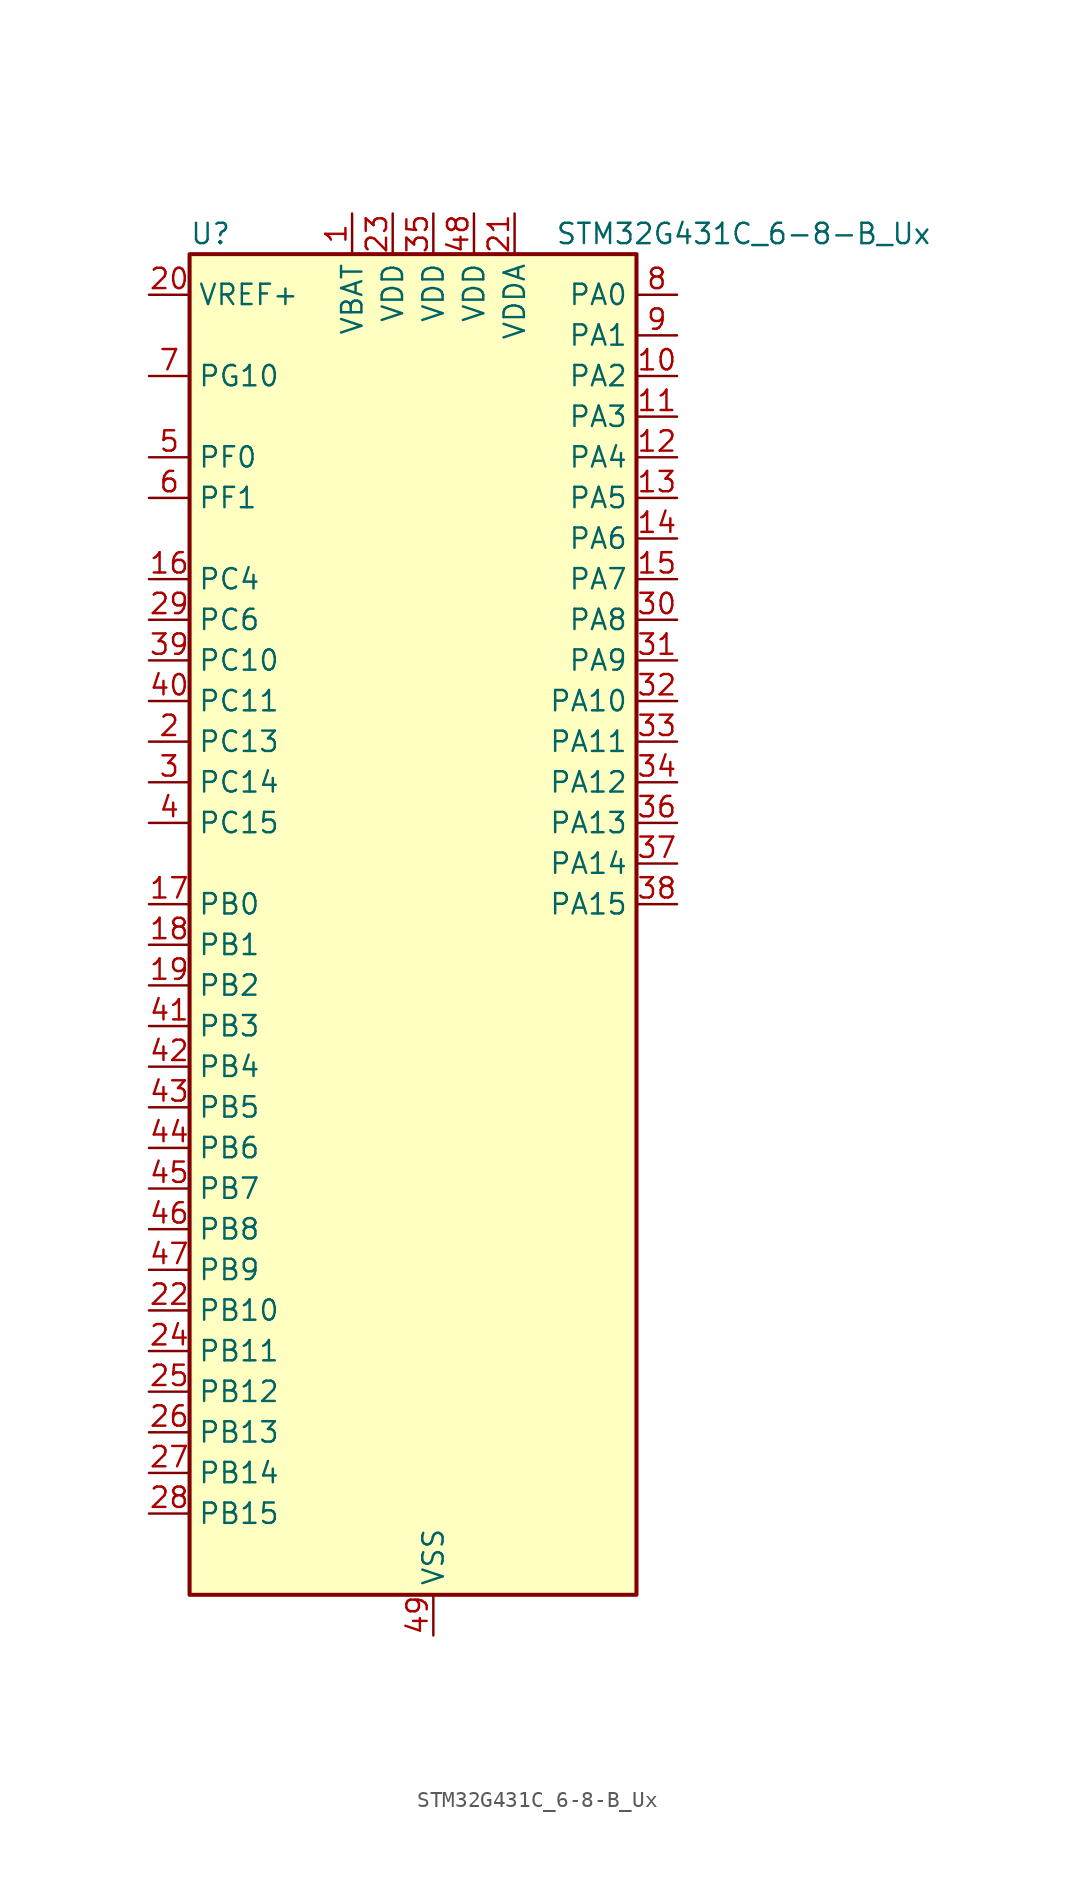
<source format=kicad_sym>
(kicad_symbol_lib
  (version 20220914)
  (generator kicad_symbol_editor)
  (symbol "STM32G431C_6-8-B_Ux"
    (property "Reference" "U"
      (at -12.7 44.45 0)
      (effects (font (size 1.27 1.27)) (justify left)))
    (property "Value" "STM32G431C_6-8-B_Ux"
      (at 10.16 44.45 0)
      (effects (font (size 1.27 1.27)) (justify left)))
    (property "ki_locked" ""
      (at 0 0 0)
      (effects (font (size 1.27 1.27))))
    (symbol "STM32G431C_6-8-B_Ux_0_1"
      (rectangle (start -12.7 -40.64) (end 15.24 43.18) (stroke (width 0.254) (type default)) (fill (type background))))
    (symbol "STM32G431C_6-8-B_Ux_1_1"
      (pin power_in line (at -2.54 45.72 270) (length 2.54) (name "VBAT" (effects (font (size 1.27 1.27)))) (number "1" (effects (font (size 1.27 1.27)))))
      (pin bidirectional line (at 17.78 35.56 180) (length 2.54) (name "PA2" (effects (font (size 1.27 1.27)))) (number "10" (effects (font (size 1.27 1.27)))) (alternate "ADC1_IN3" bidirectional line) (alternate "COMP2_INM" bidirectional line) (alternate "COMP2_OUT" bidirectional line) (alternate "LPUART1_TX" bidirectional line) (alternate "OPAMP1_VOUT" bidirectional line) (alternate "RCC_LSCO" bidirectional line) (alternate "SYS_WKUP4" bidirectional line) (alternate "TIM15_CH1" bidirectional line) (alternate "TIM2_CH3" bidirectional line) (alternate "UCPD1_FRSTX1" bidirectional line) (alternate "UCPD1_FRSTX2" bidirectional line) (alternate "USART2_TX" bidirectional line))
      (pin bidirectional line (at 17.78 33.02 180) (length 2.54) (name "PA3" (effects (font (size 1.27 1.27)))) (number "11" (effects (font (size 1.27 1.27)))) (alternate "ADC1_IN4" bidirectional line) (alternate "COMP2_INP" bidirectional line) (alternate "LPUART1_RX" bidirectional line) (alternate "OPAMP1_VINM" bidirectional line) (alternate "OPAMP1_VINM0" bidirectional line) (alternate "OPAMP1_VINM_SEC" bidirectional line) (alternate "OPAMP1_VINP" bidirectional line) (alternate "OPAMP1_VINP_SEC" bidirectional line) (alternate "SAI1_CK1" bidirectional line) (alternate "SAI1_MCLK_A" bidirectional line) (alternate "TIM15_CH2" bidirectional line) (alternate "TIM2_CH4" bidirectional line) (alternate "USART2_RX" bidirectional line))
      (pin bidirectional line (at 17.78 30.48 180) (length 2.54) (name "PA4" (effects (font (size 1.27 1.27)))) (number "12" (effects (font (size 1.27 1.27)))) (alternate "ADC2_IN17" bidirectional line) (alternate "COMP1_INM" bidirectional line) (alternate "DAC1_OUT1" bidirectional line) (alternate "I2S3_WS" bidirectional line) (alternate "SAI1_FS_B" bidirectional line) (alternate "SPI1_NSS" bidirectional line) (alternate "SPI3_NSS" bidirectional line) (alternate "TIM3_CH2" bidirectional line) (alternate "USART2_CK" bidirectional line))
      (pin bidirectional line (at 17.78 27.94 180) (length 2.54) (name "PA5" (effects (font (size 1.27 1.27)))) (number "13" (effects (font (size 1.27 1.27)))) (alternate "ADC2_IN13" bidirectional line) (alternate "COMP2_INM" bidirectional line) (alternate "DAC1_OUT2" bidirectional line) (alternate "OPAMP2_VINM" bidirectional line) (alternate "OPAMP2_VINM0" bidirectional line) (alternate "OPAMP2_VINM_SEC" bidirectional line) (alternate "SPI1_SCK" bidirectional line) (alternate "TIM2_CH1" bidirectional line) (alternate "TIM2_ETR" bidirectional line) (alternate "UCPD1_FRSTX1" bidirectional line) (alternate "UCPD1_FRSTX2" bidirectional line))
      (pin bidirectional line (at 17.78 25.4 180) (length 2.54) (name "PA6" (effects (font (size 1.27 1.27)))) (number "14" (effects (font (size 1.27 1.27)))) (alternate "ADC2_IN3" bidirectional line) (alternate "COMP1_OUT" bidirectional line) (alternate "LPUART1_CTS" bidirectional line) (alternate "OPAMP2_VOUT" bidirectional line) (alternate "SPI1_MISO" bidirectional line) (alternate "TIM16_CH1" bidirectional line) (alternate "TIM1_BKIN" bidirectional line) (alternate "TIM3_CH1" bidirectional line) (alternate "TIM8_BKIN" bidirectional line))
      (pin bidirectional line (at 17.78 22.86 180) (length 2.54) (name "PA7" (effects (font (size 1.27 1.27)))) (number "15" (effects (font (size 1.27 1.27)))) (alternate "ADC2_IN4" bidirectional line) (alternate "COMP2_INP" bidirectional line) (alternate "COMP2_OUT" bidirectional line) (alternate "OPAMP1_VINP" bidirectional line) (alternate "OPAMP1_VINP_SEC" bidirectional line) (alternate "OPAMP2_VINP" bidirectional line) (alternate "OPAMP2_VINP_SEC" bidirectional line) (alternate "SPI1_MOSI" bidirectional line) (alternate "TIM17_CH1" bidirectional line) (alternate "TIM1_CH1N" bidirectional line) (alternate "TIM3_CH2" bidirectional line) (alternate "TIM8_CH1N" bidirectional line) (alternate "UCPD1_FRSTX1" bidirectional line) (alternate "UCPD1_FRSTX2" bidirectional line))
      (pin bidirectional line (at -15.24 22.86 0) (length 2.54) (name "PC4" (effects (font (size 1.27 1.27)))) (number "16" (effects (font (size 1.27 1.27)))) (alternate "ADC2_IN5" bidirectional line) (alternate "I2C2_SCL" bidirectional line) (alternate "TIM1_ETR" bidirectional line) (alternate "USART1_TX" bidirectional line))
      (pin bidirectional line (at -15.24 2.54 0) (length 2.54) (name "PB0" (effects (font (size 1.27 1.27)))) (number "17" (effects (font (size 1.27 1.27)))) (alternate "ADC1_IN15" bidirectional line) (alternate "COMP4_INP" bidirectional line) (alternate "OPAMP2_VINP" bidirectional line) (alternate "OPAMP2_VINP_SEC" bidirectional line) (alternate "OPAMP3_VINP" bidirectional line) (alternate "OPAMP3_VINP_SEC" bidirectional line) (alternate "TIM1_CH2N" bidirectional line) (alternate "TIM3_CH3" bidirectional line) (alternate "TIM8_CH2N" bidirectional line) (alternate "UCPD1_FRSTX1" bidirectional line) (alternate "UCPD1_FRSTX2" bidirectional line))
      (pin bidirectional line (at -15.24 0 0) (length 2.54) (name "PB1" (effects (font (size 1.27 1.27)))) (number "18" (effects (font (size 1.27 1.27)))) (alternate "ADC1_IN12" bidirectional line) (alternate "COMP1_INP" bidirectional line) (alternate "COMP4_OUT" bidirectional line) (alternate "LPUART1_DE" bidirectional line) (alternate "LPUART1_RTS" bidirectional line) (alternate "OPAMP3_VOUT" bidirectional line) (alternate "TIM1_CH3N" bidirectional line) (alternate "TIM3_CH4" bidirectional line) (alternate "TIM8_CH3N" bidirectional line))
      (pin bidirectional line (at -15.24 -2.54 0) (length 2.54) (name "PB2" (effects (font (size 1.27 1.27)))) (number "19" (effects (font (size 1.27 1.27)))) (alternate "ADC2_IN12" bidirectional line) (alternate "COMP4_INM" bidirectional line) (alternate "I2C3_SMBA" bidirectional line) (alternate "LPTIM1_OUT" bidirectional line) (alternate "OPAMP3_VINM" bidirectional line) (alternate "OPAMP3_VINM0" bidirectional line) (alternate "OPAMP3_VINM_SEC" bidirectional line) (alternate "RTC_OUT2" bidirectional line))
      (pin bidirectional line (at -15.24 12.7 0) (length 2.54) (name "PC13" (effects (font (size 1.27 1.27)))) (number "2" (effects (font (size 1.27 1.27)))) (alternate "RTC_OUT1" bidirectional line) (alternate "RTC_TAMP1" bidirectional line) (alternate "RTC_TS" bidirectional line) (alternate "SYS_WKUP2" bidirectional line) (alternate "TIM1_BKIN" bidirectional line) (alternate "TIM1_CH1N" bidirectional line) (alternate "TIM8_CH4N" bidirectional line))
      (pin input line (at -15.24 40.64 0) (length 2.54) (name "VREF+" (effects (font (size 1.27 1.27)))) (number "20" (effects (font (size 1.27 1.27)))) (alternate "VREFBUF_OUT" bidirectional line))
      (pin power_in line (at 7.62 45.72 270) (length 2.54) (name "VDDA" (effects (font (size 1.27 1.27)))) (number "21" (effects (font (size 1.27 1.27)))))
      (pin bidirectional line (at -15.24 -22.86 0) (length 2.54) (name "PB10" (effects (font (size 1.27 1.27)))) (number "22" (effects (font (size 1.27 1.27)))) (alternate "DAC1_EXTI10" bidirectional line) (alternate "DAC3_EXTI10" bidirectional line) (alternate "LPUART1_RX" bidirectional line) (alternate "OPAMP3_VINM" bidirectional line) (alternate "OPAMP3_VINM1" bidirectional line) (alternate "OPAMP3_VINM_SEC" bidirectional line) (alternate "SAI1_SCK_A" bidirectional line) (alternate "TIM1_BKIN" bidirectional line) (alternate "TIM2_CH3" bidirectional line) (alternate "USART3_TX" bidirectional line))
      (pin power_in line (at 0 45.72 270) (length 2.54) (name "VDD" (effects (font (size 1.27 1.27)))) (number "23" (effects (font (size 1.27 1.27)))))
      (pin bidirectional line (at -15.24 -25.4 0) (length 2.54) (name "PB11" (effects (font (size 1.27 1.27)))) (number "24" (effects (font (size 1.27 1.27)))) (alternate "ADC1_EXTI11" bidirectional line) (alternate "ADC1_IN14" bidirectional line) (alternate "ADC2_EXTI11" bidirectional line) (alternate "ADC2_IN14" bidirectional line) (alternate "LPUART1_TX" bidirectional line) (alternate "TIM2_CH4" bidirectional line) (alternate "USART3_RX" bidirectional line))
      (pin bidirectional line (at -15.24 -27.94 0) (length 2.54) (name "PB12" (effects (font (size 1.27 1.27)))) (number "25" (effects (font (size 1.27 1.27)))) (alternate "ADC1_IN11" bidirectional line) (alternate "I2C2_SMBA" bidirectional line) (alternate "I2S2_WS" bidirectional line) (alternate "LPUART1_DE" bidirectional line) (alternate "LPUART1_RTS" bidirectional line) (alternate "SPI2_NSS" bidirectional line) (alternate "TIM1_BKIN" bidirectional line) (alternate "USART3_CK" bidirectional line))
      (pin bidirectional line (at -15.24 -30.48 0) (length 2.54) (name "PB13" (effects (font (size 1.27 1.27)))) (number "26" (effects (font (size 1.27 1.27)))) (alternate "I2S2_CK" bidirectional line) (alternate "LPUART1_CTS" bidirectional line) (alternate "OPAMP3_VINP" bidirectional line) (alternate "OPAMP3_VINP_SEC" bidirectional line) (alternate "SPI2_SCK" bidirectional line) (alternate "TIM1_CH1N" bidirectional line) (alternate "USART3_CTS" bidirectional line) (alternate "USART3_NSS" bidirectional line))
      (pin bidirectional line (at -15.24 -33.02 0) (length 2.54) (name "PB14" (effects (font (size 1.27 1.27)))) (number "27" (effects (font (size 1.27 1.27)))) (alternate "ADC1_IN5" bidirectional line) (alternate "COMP4_OUT" bidirectional line) (alternate "OPAMP2_VINP" bidirectional line) (alternate "OPAMP2_VINP_SEC" bidirectional line) (alternate "SPI2_MISO" bidirectional line) (alternate "TIM15_CH1" bidirectional line) (alternate "TIM1_CH2N" bidirectional line) (alternate "USART3_DE" bidirectional line) (alternate "USART3_RTS" bidirectional line))
      (pin bidirectional line (at -15.24 -35.56 0) (length 2.54) (name "PB15" (effects (font (size 1.27 1.27)))) (number "28" (effects (font (size 1.27 1.27)))) (alternate "ADC1_EXTI15" bidirectional line) (alternate "ADC2_EXTI15" bidirectional line) (alternate "ADC2_IN15" bidirectional line) (alternate "COMP3_OUT" bidirectional line) (alternate "I2S2_SD" bidirectional line) (alternate "RTC_REFIN" bidirectional line) (alternate "SPI2_MOSI" bidirectional line) (alternate "TIM15_CH1N" bidirectional line) (alternate "TIM15_CH2" bidirectional line) (alternate "TIM1_CH3N" bidirectional line))
      (pin bidirectional line (at -15.24 20.32 0) (length 2.54) (name "PC6" (effects (font (size 1.27 1.27)))) (number "29" (effects (font (size 1.27 1.27)))) (alternate "I2S2_MCK" bidirectional line) (alternate "TIM3_CH1" bidirectional line) (alternate "TIM8_CH1" bidirectional line))
      (pin bidirectional line (at -15.24 10.16 0) (length 2.54) (name "PC14" (effects (font (size 1.27 1.27)))) (number "3" (effects (font (size 1.27 1.27)))) (alternate "RCC_OSC32_IN" bidirectional line))
      (pin bidirectional line (at 17.78 20.32 180) (length 2.54) (name "PA8" (effects (font (size 1.27 1.27)))) (number "30" (effects (font (size 1.27 1.27)))) (alternate "I2C2_SDA" bidirectional line) (alternate "I2C3_SCL" bidirectional line) (alternate "I2S2_MCK" bidirectional line) (alternate "RCC_MCO" bidirectional line) (alternate "SAI1_CK2" bidirectional line) (alternate "SAI1_SCK_A" bidirectional line) (alternate "TIM1_CH1" bidirectional line) (alternate "TIM4_ETR" bidirectional line) (alternate "USART1_CK" bidirectional line))
      (pin bidirectional line (at 17.78 17.78 180) (length 2.54) (name "PA9" (effects (font (size 1.27 1.27)))) (number "31" (effects (font (size 1.27 1.27)))) (alternate "DAC1_EXTI9" bidirectional line) (alternate "DAC3_EXTI9" bidirectional line) (alternate "I2C2_SCL" bidirectional line) (alternate "I2C3_SMBA" bidirectional line) (alternate "I2S3_MCK" bidirectional line) (alternate "SAI1_FS_A" bidirectional line) (alternate "TIM15_BKIN" bidirectional line) (alternate "TIM1_CH2" bidirectional line) (alternate "TIM2_CH3" bidirectional line) (alternate "UCPD1_DBCC1" bidirectional line) (alternate "USART1_TX" bidirectional line))
      (pin bidirectional line (at 17.78 15.24 180) (length 2.54) (name "PA10" (effects (font (size 1.27 1.27)))) (number "32" (effects (font (size 1.27 1.27)))) (alternate "CRS_SYNC" bidirectional line) (alternate "DAC1_EXTI10" bidirectional line) (alternate "DAC3_EXTI10" bidirectional line) (alternate "I2C2_SMBA" bidirectional line) (alternate "SAI1_D1" bidirectional line) (alternate "SAI1_SD_A" bidirectional line) (alternate "SPI2_MISO" bidirectional line) (alternate "TIM17_BKIN" bidirectional line) (alternate "TIM1_CH3" bidirectional line) (alternate "TIM2_CH4" bidirectional line) (alternate "TIM8_BKIN" bidirectional line) (alternate "UCPD1_DBCC2" bidirectional line) (alternate "USART1_RX" bidirectional line))
      (pin bidirectional line (at 17.78 12.7 180) (length 2.54) (name "PA11" (effects (font (size 1.27 1.27)))) (number "33" (effects (font (size 1.27 1.27)))) (alternate "ADC1_EXTI11" bidirectional line) (alternate "ADC2_EXTI11" bidirectional line) (alternate "COMP1_OUT" bidirectional line) (alternate "FDCAN1_RX" bidirectional line) (alternate "I2S2_SD" bidirectional line) (alternate "SPI2_MOSI" bidirectional line) (alternate "TIM1_BKIN2" bidirectional line) (alternate "TIM1_CH1N" bidirectional line) (alternate "TIM1_CH4" bidirectional line) (alternate "TIM4_CH1" bidirectional line) (alternate "USART1_CTS" bidirectional line) (alternate "USART1_NSS" bidirectional line) (alternate "USB_DM" bidirectional line))
      (pin bidirectional line (at 17.78 10.16 180) (length 2.54) (name "PA12" (effects (font (size 1.27 1.27)))) (number "34" (effects (font (size 1.27 1.27)))) (alternate "COMP2_OUT" bidirectional line) (alternate "FDCAN1_TX" bidirectional line) (alternate "I2S_CKIN" bidirectional line) (alternate "TIM16_CH1" bidirectional line) (alternate "TIM1_CH2N" bidirectional line) (alternate "TIM1_ETR" bidirectional line) (alternate "TIM4_CH2" bidirectional line) (alternate "USART1_DE" bidirectional line) (alternate "USART1_RTS" bidirectional line) (alternate "USB_DP" bidirectional line))
      (pin power_in line (at 2.54 45.72 270) (length 2.54) (name "VDD" (effects (font (size 1.27 1.27)))) (number "35" (effects (font (size 1.27 1.27)))))
      (pin bidirectional line (at 17.78 7.62 180) (length 2.54) (name "PA13" (effects (font (size 1.27 1.27)))) (number "36" (effects (font (size 1.27 1.27)))) (alternate "I2C1_SCL" bidirectional line) (alternate "IR_OUT" bidirectional line) (alternate "SAI1_SD_B" bidirectional line) (alternate "SYS_JTMS-SWDIO" bidirectional line) (alternate "TIM16_CH1N" bidirectional line) (alternate "TIM4_CH3" bidirectional line) (alternate "USART3_CTS" bidirectional line) (alternate "USART3_NSS" bidirectional line))
      (pin bidirectional line (at 17.78 5.08 180) (length 2.54) (name "PA14" (effects (font (size 1.27 1.27)))) (number "37" (effects (font (size 1.27 1.27)))) (alternate "I2C1_SDA" bidirectional line) (alternate "LPTIM1_OUT" bidirectional line) (alternate "SAI1_FS_B" bidirectional line) (alternate "SYS_JTCK-SWCLK" bidirectional line) (alternate "TIM1_BKIN" bidirectional line) (alternate "TIM8_CH2" bidirectional line) (alternate "USART2_TX" bidirectional line))
      (pin bidirectional line (at 17.78 2.54 180) (length 2.54) (name "PA15" (effects (font (size 1.27 1.27)))) (number "38" (effects (font (size 1.27 1.27)))) (alternate "ADC1_EXTI15" bidirectional line) (alternate "ADC2_EXTI15" bidirectional line) (alternate "I2C1_SCL" bidirectional line) (alternate "I2S3_WS" bidirectional line) (alternate "SPI1_NSS" bidirectional line) (alternate "SPI3_NSS" bidirectional line) (alternate "SYS_JTDI" bidirectional line) (alternate "TIM1_BKIN" bidirectional line) (alternate "TIM2_CH1" bidirectional line) (alternate "TIM2_ETR" bidirectional line) (alternate "TIM8_CH1" bidirectional line) (alternate "USART2_RX" bidirectional line))
      (pin bidirectional line (at -15.24 17.78 0) (length 2.54) (name "PC10" (effects (font (size 1.27 1.27)))) (number "39" (effects (font (size 1.27 1.27)))) (alternate "DAC1_EXTI10" bidirectional line) (alternate "DAC3_EXTI10" bidirectional line) (alternate "I2S3_CK" bidirectional line) (alternate "SPI3_SCK" bidirectional line) (alternate "TIM8_CH1N" bidirectional line) (alternate "USART3_TX" bidirectional line))
      (pin bidirectional line (at -15.24 7.62 0) (length 2.54) (name "PC15" (effects (font (size 1.27 1.27)))) (number "4" (effects (font (size 1.27 1.27)))) (alternate "ADC1_EXTI15" bidirectional line) (alternate "ADC2_EXTI15" bidirectional line) (alternate "RCC_OSC32_OUT" bidirectional line))
      (pin bidirectional line (at -15.24 15.24 0) (length 2.54) (name "PC11" (effects (font (size 1.27 1.27)))) (number "40" (effects (font (size 1.27 1.27)))) (alternate "ADC1_EXTI11" bidirectional line) (alternate "ADC2_EXTI11" bidirectional line) (alternate "I2C3_SDA" bidirectional line) (alternate "SPI3_MISO" bidirectional line) (alternate "TIM8_CH2N" bidirectional line) (alternate "USART3_RX" bidirectional line))
      (pin bidirectional line (at -15.24 -5.08 0) (length 2.54) (name "PB3" (effects (font (size 1.27 1.27)))) (number "41" (effects (font (size 1.27 1.27)))) (alternate "CRS_SYNC" bidirectional line) (alternate "I2S3_CK" bidirectional line) (alternate "SAI1_SCK_B" bidirectional line) (alternate "SPI1_SCK" bidirectional line) (alternate "SPI3_SCK" bidirectional line) (alternate "SYS_JTDO-SWO" bidirectional line) (alternate "TIM2_CH2" bidirectional line) (alternate "TIM3_ETR" bidirectional line) (alternate "TIM4_ETR" bidirectional line) (alternate "TIM8_CH1N" bidirectional line) (alternate "USART2_TX" bidirectional line))
      (pin bidirectional line (at -15.24 -7.62 0) (length 2.54) (name "PB4" (effects (font (size 1.27 1.27)))) (number "42" (effects (font (size 1.27 1.27)))) (alternate "SAI1_MCLK_B" bidirectional line) (alternate "SPI1_MISO" bidirectional line) (alternate "SPI3_MISO" bidirectional line) (alternate "SYS_JTRST" bidirectional line) (alternate "TIM16_CH1" bidirectional line) (alternate "TIM17_BKIN" bidirectional line) (alternate "TIM3_CH1" bidirectional line) (alternate "TIM8_CH2N" bidirectional line) (alternate "UCPD1_CC2" bidirectional line) (alternate "USART2_RX" bidirectional line))
      (pin bidirectional line (at -15.24 -10.16 0) (length 2.54) (name "PB5" (effects (font (size 1.27 1.27)))) (number "43" (effects (font (size 1.27 1.27)))) (alternate "I2C1_SMBA" bidirectional line) (alternate "I2C3_SDA" bidirectional line) (alternate "I2S3_SD" bidirectional line) (alternate "LPTIM1_IN1" bidirectional line) (alternate "SAI1_SD_B" bidirectional line) (alternate "SPI1_MOSI" bidirectional line) (alternate "SPI3_MOSI" bidirectional line) (alternate "TIM16_BKIN" bidirectional line) (alternate "TIM17_CH1" bidirectional line) (alternate "TIM3_CH2" bidirectional line) (alternate "TIM8_CH3N" bidirectional line) (alternate "USART2_CK" bidirectional line))
      (pin bidirectional line (at -15.24 -12.7 0) (length 2.54) (name "PB6" (effects (font (size 1.27 1.27)))) (number "44" (effects (font (size 1.27 1.27)))) (alternate "COMP4_OUT" bidirectional line) (alternate "LPTIM1_ETR" bidirectional line) (alternate "SAI1_FS_B" bidirectional line) (alternate "TIM16_CH1N" bidirectional line) (alternate "TIM4_CH1" bidirectional line) (alternate "TIM8_BKIN2" bidirectional line) (alternate "TIM8_CH1" bidirectional line) (alternate "TIM8_ETR" bidirectional line) (alternate "UCPD1_CC1" bidirectional line) (alternate "USART1_TX" bidirectional line))
      (pin bidirectional line (at -15.24 -15.24 0) (length 2.54) (name "PB7" (effects (font (size 1.27 1.27)))) (number "45" (effects (font (size 1.27 1.27)))) (alternate "COMP3_OUT" bidirectional line) (alternate "I2C1_SDA" bidirectional line) (alternate "LPTIM1_IN2" bidirectional line) (alternate "SYS_PVD_IN" bidirectional line) (alternate "TIM17_CH1N" bidirectional line) (alternate "TIM3_CH4" bidirectional line) (alternate "TIM4_CH2" bidirectional line) (alternate "TIM8_BKIN" bidirectional line) (alternate "USART1_RX" bidirectional line))
      (pin bidirectional line (at -15.24 -17.78 0) (length 2.54) (name "PB8" (effects (font (size 1.27 1.27)))) (number "46" (effects (font (size 1.27 1.27)))) (alternate "COMP1_OUT" bidirectional line) (alternate "FDCAN1_RX" bidirectional line) (alternate "I2C1_SCL" bidirectional line) (alternate "SAI1_CK1" bidirectional line) (alternate "SAI1_MCLK_A" bidirectional line) (alternate "TIM16_CH1" bidirectional line) (alternate "TIM1_BKIN" bidirectional line) (alternate "TIM4_CH3" bidirectional line) (alternate "TIM8_CH2" bidirectional line) (alternate "USART3_RX" bidirectional line))
      (pin bidirectional line (at -15.24 -20.32 0) (length 2.54) (name "PB9" (effects (font (size 1.27 1.27)))) (number "47" (effects (font (size 1.27 1.27)))) (alternate "COMP2_OUT" bidirectional line) (alternate "DAC1_EXTI9" bidirectional line) (alternate "DAC3_EXTI9" bidirectional line) (alternate "FDCAN1_TX" bidirectional line) (alternate "I2C1_SDA" bidirectional line) (alternate "IR_OUT" bidirectional line) (alternate "SAI1_D2" bidirectional line) (alternate "SAI1_FS_A" bidirectional line) (alternate "TIM17_CH1" bidirectional line) (alternate "TIM1_CH3N" bidirectional line) (alternate "TIM4_CH4" bidirectional line) (alternate "TIM8_CH3" bidirectional line) (alternate "USART3_TX" bidirectional line))
      (pin power_in line (at 5.08 45.72 270) (length 2.54) (name "VDD" (effects (font (size 1.27 1.27)))) (number "48" (effects (font (size 1.27 1.27)))))
      (pin power_in line (at 2.54 -43.18 90) (length 2.54) (name "VSS" (effects (font (size 1.27 1.27)))) (number "49" (effects (font (size 1.27 1.27)))))
      (pin bidirectional line (at -15.24 30.48 0) (length 2.54) (name "PF0" (effects (font (size 1.27 1.27)))) (number "5" (effects (font (size 1.27 1.27)))) (alternate "ADC1_IN10" bidirectional line) (alternate "I2C2_SDA" bidirectional line) (alternate "I2S2_WS" bidirectional line) (alternate "RCC_OSC_IN" bidirectional line) (alternate "SPI2_NSS" bidirectional line) (alternate "TIM1_CH3N" bidirectional line))
      (pin bidirectional line (at -15.24 27.94 0) (length 2.54) (name "PF1" (effects (font (size 1.27 1.27)))) (number "6" (effects (font (size 1.27 1.27)))) (alternate "ADC2_IN10" bidirectional line) (alternate "COMP3_INM" bidirectional line) (alternate "I2S2_CK" bidirectional line) (alternate "RCC_OSC_OUT" bidirectional line) (alternate "SPI2_SCK" bidirectional line))
      (pin bidirectional line (at -15.24 35.56 0) (length 2.54) (name "PG10" (effects (font (size 1.27 1.27)))) (number "7" (effects (font (size 1.27 1.27)))) (alternate "DAC1_EXTI10" bidirectional line) (alternate "DAC3_EXTI10" bidirectional line) (alternate "RCC_MCO" bidirectional line))
      (pin bidirectional line (at 17.78 40.64 180) (length 2.54) (name "PA0" (effects (font (size 1.27 1.27)))) (number "8" (effects (font (size 1.27 1.27)))) (alternate "ADC1_IN1" bidirectional line) (alternate "ADC2_IN1" bidirectional line) (alternate "COMP1_INM" bidirectional line) (alternate "COMP1_OUT" bidirectional line) (alternate "COMP3_INP" bidirectional line) (alternate "RTC_TAMP2" bidirectional line) (alternate "SYS_WKUP1" bidirectional line) (alternate "TIM2_CH1" bidirectional line) (alternate "TIM2_ETR" bidirectional line) (alternate "TIM8_BKIN" bidirectional line) (alternate "TIM8_ETR" bidirectional line) (alternate "USART2_CTS" bidirectional line) (alternate "USART2_NSS" bidirectional line))
      (pin bidirectional line (at 17.78 38.1 180) (length 2.54) (name "PA1" (effects (font (size 1.27 1.27)))) (number "9" (effects (font (size 1.27 1.27)))) (alternate "ADC1_IN2" bidirectional line) (alternate "ADC2_IN2" bidirectional line) (alternate "COMP1_INP" bidirectional line) (alternate "OPAMP1_VINP" bidirectional line) (alternate "OPAMP1_VINP_SEC" bidirectional line) (alternate "OPAMP3_VINP" bidirectional line) (alternate "OPAMP3_VINP_SEC" bidirectional line) (alternate "RTC_REFIN" bidirectional line) (alternate "TIM15_CH1N" bidirectional line) (alternate "TIM2_CH2" bidirectional line) (alternate "USART2_DE" bidirectional line) (alternate "USART2_RTS" bidirectional line)))))
</source>
